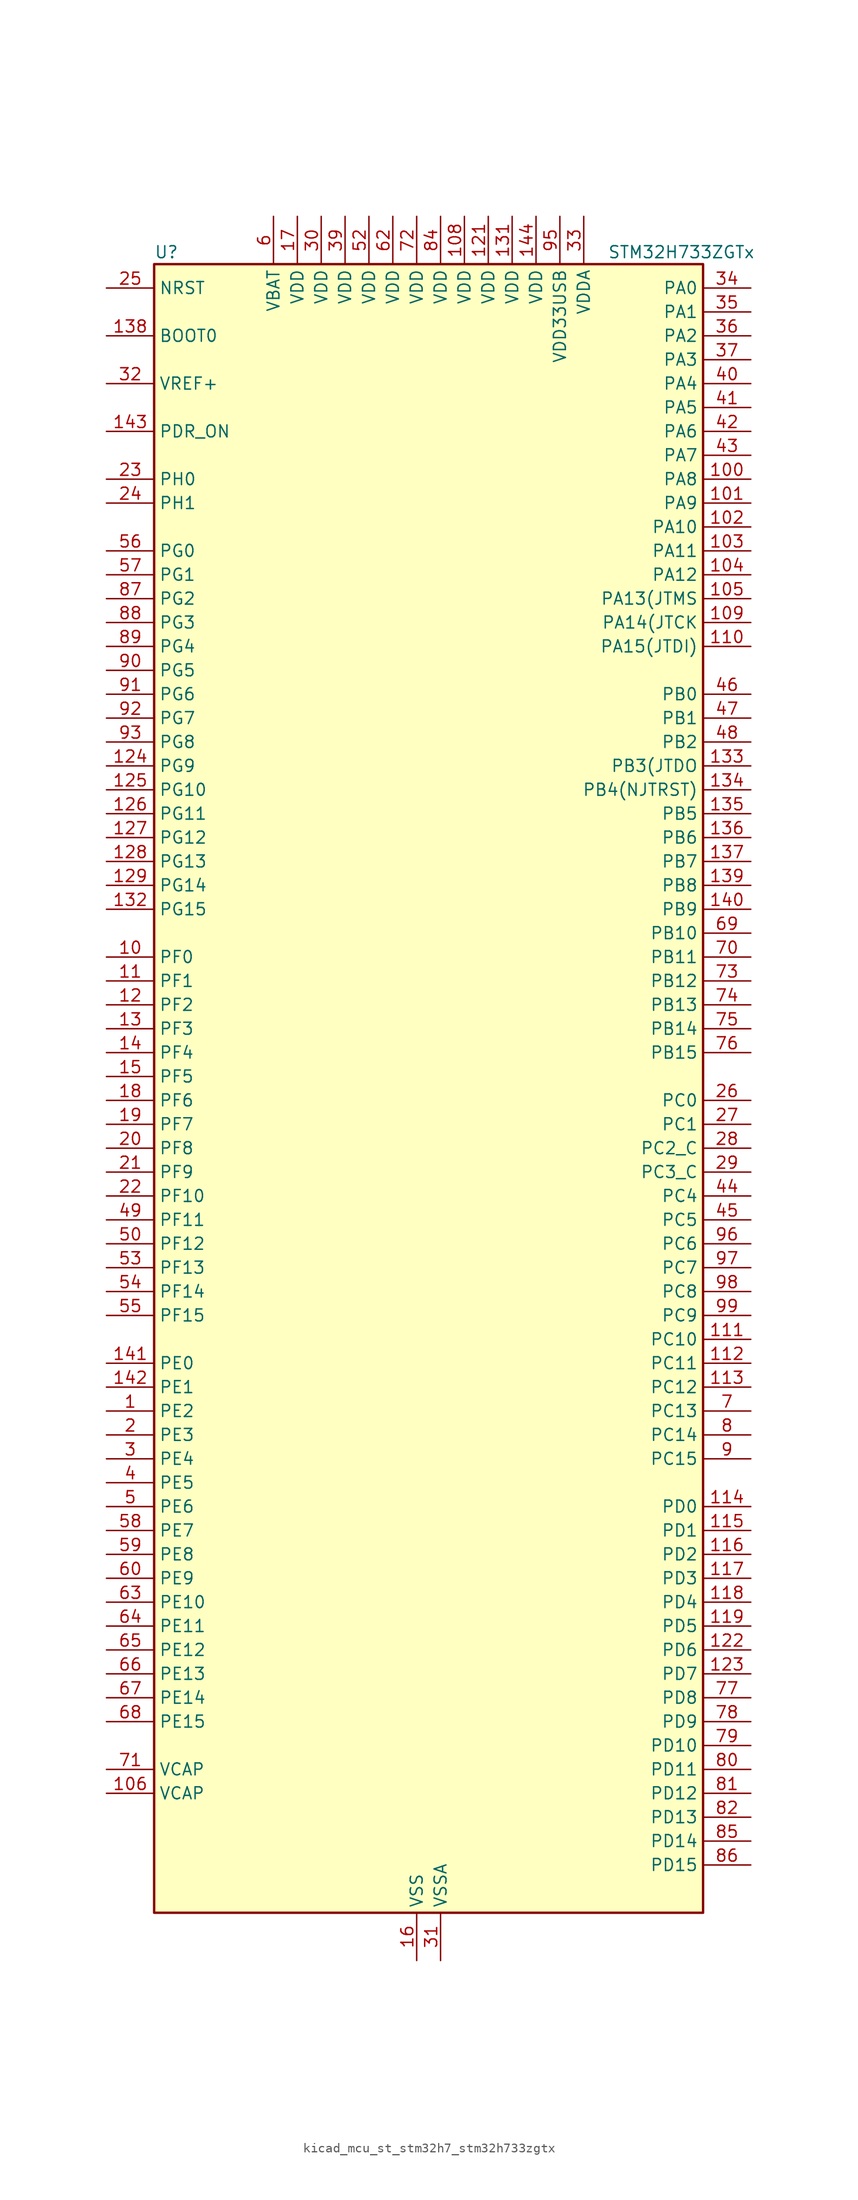
<source format=kicad_sym>
(kicad_symbol_lib
  (version 20220914)
  (generator kicad_symbol_editor)
  (symbol "kicad_mcu_st_stm32h7_stm32h733zgtx"
    (property "Reference" "U"
      (at -27.94 90.17 0)
      (effects (font (size 1.27 1.27)) (justify left)))
    (property "Value" "STM32H733ZGTx"
      (at 20.32 90.17 0)
      (effects (font (size 1.27 1.27)) (justify left)))
    (property "ki_locked" ""
      (at 0 0 0)
      (effects (font (size 1.27 1.27))))
    (symbol "kicad_mcu_st_stm32h7_stm32h733zgtx_0_1"
      (rectangle (start -27.94 -86.36) (end 30.48 88.9) (stroke (width 0.254) (type default)) (fill (type background))))
    (symbol "kicad_mcu_st_stm32h7_stm32h733zgtx_1_1"
      (pin bidirectional line (at -33.02 -33.02 0) (length 5.08) (name "PE2" (effects (font (size 1.27 1.27)))) (number "1" (effects (font (size 1.27 1.27)))) (alternate "DEBUG_TRACECLK" bidirectional line) (alternate "ETH_TXD3" bidirectional line) (alternate "FMC_A23" bidirectional line) (alternate "OCTOSPIM_P1_IO2" bidirectional line) (alternate "SAI1_CK1" bidirectional line) (alternate "SAI1_MCLK_A" bidirectional line) (alternate "SAI4_CK1" bidirectional line) (alternate "SAI4_MCLK_A" bidirectional line) (alternate "SPI4_SCK" bidirectional line) (alternate "USART10_RX" bidirectional line))
      (pin bidirectional line (at -33.02 15.24 0) (length 5.08) (name "PF0" (effects (font (size 1.27 1.27)))) (number "10" (effects (font (size 1.27 1.27)))) (alternate "FMC_A0" bidirectional line) (alternate "I2C2_SDA" bidirectional line) (alternate "I2C5_SDA" bidirectional line) (alternate "OCTOSPIM_P2_IO0" bidirectional line) (alternate "TIM23_CH1" bidirectional line))
      (pin bidirectional line (at 35.56 66.04 180) (length 5.08) (name "PA8" (effects (font (size 1.27 1.27)))) (number "100" (effects (font (size 1.27 1.27)))) (alternate "I2C3_SCL" bidirectional line) (alternate "I2C5_SCL" bidirectional line) (alternate "LTDC_B3" bidirectional line) (alternate "LTDC_R6" bidirectional line) (alternate "RCC_MCO_1" bidirectional line) (alternate "TIM1_CH1" bidirectional line) (alternate "TIM8_BKIN2" bidirectional line) (alternate "TIM8_BKIN2_COMP1" bidirectional line) (alternate "TIM8_BKIN2_COMP2" bidirectional line) (alternate "UART7_RX" bidirectional line) (alternate "USART1_CK" bidirectional line) (alternate "USB_OTG_HS_SOF" bidirectional line))
      (pin bidirectional line (at 35.56 63.5 180) (length 5.08) (name "PA9" (effects (font (size 1.27 1.27)))) (number "101" (effects (font (size 1.27 1.27)))) (alternate "DAC1_EXTI9" bidirectional line) (alternate "DCMI_D0" bidirectional line) (alternate "ETH_TX_ER" bidirectional line) (alternate "I2C3_SMBA" bidirectional line) (alternate "I2C5_SMBA" bidirectional line) (alternate "I2S2_CK" bidirectional line) (alternate "LPUART1_TX" bidirectional line) (alternate "LTDC_R5" bidirectional line) (alternate "PSSI_D0" bidirectional line) (alternate "SPI2_SCK" bidirectional line) (alternate "TIM1_CH2" bidirectional line) (alternate "USART1_TX" bidirectional line) (alternate "USB_OTG_HS_VBUS" bidirectional line))
      (pin bidirectional line (at 35.56 60.96 180) (length 5.08) (name "PA10" (effects (font (size 1.27 1.27)))) (number "102" (effects (font (size 1.27 1.27)))) (alternate "DCMI_D1" bidirectional line) (alternate "LPUART1_RX" bidirectional line) (alternate "LTDC_B1" bidirectional line) (alternate "LTDC_B4" bidirectional line) (alternate "MDIOS_MDIO" bidirectional line) (alternate "PSSI_D1" bidirectional line) (alternate "TIM1_CH3" bidirectional line) (alternate "USART1_RX" bidirectional line) (alternate "USB_OTG_HS_ID" bidirectional line))
      (pin bidirectional line (at 35.56 58.42 180) (length 5.08) (name "PA11" (effects (font (size 1.27 1.27)))) (number "103" (effects (font (size 1.27 1.27)))) (alternate "ADC1_EXTI11" bidirectional line) (alternate "ADC2_EXTI11" bidirectional line) (alternate "ADC3_EXTI11" bidirectional line) (alternate "FDCAN1_RX" bidirectional line) (alternate "I2S2_WS" bidirectional line) (alternate "LPUART1_CTS" bidirectional line) (alternate "LTDC_R4" bidirectional line) (alternate "SPI2_NSS" bidirectional line) (alternate "TIM1_CH4" bidirectional line) (alternate "UART4_RX" bidirectional line) (alternate "USART1_CTS" bidirectional line) (alternate "USART1_NSS" bidirectional line) (alternate "USB_OTG_HS_DM" bidirectional line))
      (pin bidirectional line (at 35.56 55.88 180) (length 5.08) (name "PA12" (effects (font (size 1.27 1.27)))) (number "104" (effects (font (size 1.27 1.27)))) (alternate "FDCAN1_TX" bidirectional line) (alternate "I2S2_CK" bidirectional line) (alternate "LPUART1_DE" bidirectional line) (alternate "LPUART1_RTS" bidirectional line) (alternate "LTDC_R5" bidirectional line) (alternate "SAI4_FS_B" bidirectional line) (alternate "SPI2_SCK" bidirectional line) (alternate "TIM1_BKIN2" bidirectional line) (alternate "TIM1_ETR" bidirectional line) (alternate "UART4_TX" bidirectional line) (alternate "USART1_DE" bidirectional line) (alternate "USART1_RTS" bidirectional line) (alternate "USB_OTG_HS_DP" bidirectional line))
      (pin bidirectional line (at 35.56 53.34 180) (length 5.08) (name "PA13(JTMS" (effects (font (size 1.27 1.27)))) (number "105" (effects (font (size 1.27 1.27)))) (alternate "DEBUG_JTMS-SWDIO" bidirectional line))
      (pin power_out line (at -33.02 -73.66 0) (length 5.08) (name "VCAP" (effects (font (size 1.27 1.27)))) (number "106" (effects (font (size 1.27 1.27)))))
      (pin passive line (at 0 -91.44 90) (length 5.08) hide (name "VSS" (effects (font (size 1.27 1.27)))) (number "107" (effects (font (size 1.27 1.27)))))
      (pin power_in line (at 5.08 93.98 270) (length 5.08) (name "VDD" (effects (font (size 1.27 1.27)))) (number "108" (effects (font (size 1.27 1.27)))))
      (pin bidirectional line (at 35.56 50.8 180) (length 5.08) (name "PA14(JTCK" (effects (font (size 1.27 1.27)))) (number "109" (effects (font (size 1.27 1.27)))) (alternate "DEBUG_JTCK-SWCLK" bidirectional line))
      (pin bidirectional line (at -33.02 12.7 0) (length 5.08) (name "PF1" (effects (font (size 1.27 1.27)))) (number "11" (effects (font (size 1.27 1.27)))) (alternate "FMC_A1" bidirectional line) (alternate "I2C2_SCL" bidirectional line) (alternate "I2C5_SCL" bidirectional line) (alternate "OCTOSPIM_P2_IO1" bidirectional line) (alternate "TIM23_CH2" bidirectional line))
      (pin bidirectional line (at 35.56 48.26 180) (length 5.08) (name "PA15(JTDI)" (effects (font (size 1.27 1.27)))) (number "110" (effects (font (size 1.27 1.27)))) (alternate "ADC1_EXTI15" bidirectional line) (alternate "ADC2_EXTI15" bidirectional line) (alternate "ADC3_EXTI15" bidirectional line) (alternate "CEC" bidirectional line) (alternate "DEBUG_JTDI" bidirectional line) (alternate "I2S1_WS" bidirectional line) (alternate "I2S3_WS" bidirectional line) (alternate "I2S6_WS" bidirectional line) (alternate "LTDC_B6" bidirectional line) (alternate "LTDC_R3" bidirectional line) (alternate "SPI1_NSS" bidirectional line) (alternate "SPI3_NSS" bidirectional line) (alternate "SPI6_NSS" bidirectional line) (alternate "TIM2_CH1" bidirectional line) (alternate "TIM2_ETR" bidirectional line) (alternate "UART4_DE" bidirectional line) (alternate "UART4_RTS" bidirectional line) (alternate "UART7_TX" bidirectional line))
      (pin bidirectional line (at 35.56 -25.4 180) (length 5.08) (name "PC10" (effects (font (size 1.27 1.27)))) (number "111" (effects (font (size 1.27 1.27)))) (alternate "DCMI_D8" bidirectional line) (alternate "DFSDM1_CKIN5" bidirectional line) (alternate "I2C5_SDA" bidirectional line) (alternate "I2S3_CK" bidirectional line) (alternate "LTDC_B1" bidirectional line) (alternate "LTDC_R2" bidirectional line) (alternate "OCTOSPIM_P1_IO1" bidirectional line) (alternate "PSSI_D8" bidirectional line) (alternate "SDMMC1_D2" bidirectional line) (alternate "SPI3_SCK" bidirectional line) (alternate "SWPMI1_RX" bidirectional line) (alternate "UART4_TX" bidirectional line) (alternate "USART3_TX" bidirectional line))
      (pin bidirectional line (at 35.56 -27.94 180) (length 5.08) (name "PC11" (effects (font (size 1.27 1.27)))) (number "112" (effects (font (size 1.27 1.27)))) (alternate "ADC1_EXTI11" bidirectional line) (alternate "ADC2_EXTI11" bidirectional line) (alternate "ADC3_EXTI11" bidirectional line) (alternate "DCMI_D4" bidirectional line) (alternate "DFSDM1_DATIN5" bidirectional line) (alternate "I2C5_SCL" bidirectional line) (alternate "I2S3_SDI" bidirectional line) (alternate "LTDC_B4" bidirectional line) (alternate "OCTOSPIM_P1_NCS" bidirectional line) (alternate "PSSI_D4" bidirectional line) (alternate "SDMMC1_D3" bidirectional line) (alternate "SPI3_MISO" bidirectional line) (alternate "UART4_RX" bidirectional line) (alternate "USART3_RX" bidirectional line))
      (pin bidirectional line (at 35.56 -30.48 180) (length 5.08) (name "PC12" (effects (font (size 1.27 1.27)))) (number "113" (effects (font (size 1.27 1.27)))) (alternate "DCMI_D9" bidirectional line) (alternate "DEBUG_TRACED3" bidirectional line) (alternate "FMC_D6" bidirectional line) (alternate "FMC_DA6" bidirectional line) (alternate "I2C5_SMBA" bidirectional line) (alternate "I2S3_SDO" bidirectional line) (alternate "I2S6_CK" bidirectional line) (alternate "LTDC_R6" bidirectional line) (alternate "PSSI_D9" bidirectional line) (alternate "SDMMC1_CK" bidirectional line) (alternate "SPI3_MOSI" bidirectional line) (alternate "SPI6_SCK" bidirectional line) (alternate "TIM15_CH1" bidirectional line) (alternate "UART5_TX" bidirectional line) (alternate "USART3_CK" bidirectional line))
      (pin bidirectional line (at 35.56 -43.18 180) (length 5.08) (name "PD0" (effects (font (size 1.27 1.27)))) (number "114" (effects (font (size 1.27 1.27)))) (alternate "DFSDM1_CKIN6" bidirectional line) (alternate "FDCAN1_RX" bidirectional line) (alternate "FMC_D2" bidirectional line) (alternate "FMC_DA2" bidirectional line) (alternate "LTDC_B1" bidirectional line) (alternate "UART4_RX" bidirectional line) (alternate "UART9_CTS" bidirectional line))
      (pin bidirectional line (at 35.56 -45.72 180) (length 5.08) (name "PD1" (effects (font (size 1.27 1.27)))) (number "115" (effects (font (size 1.27 1.27)))) (alternate "DFSDM1_DATIN6" bidirectional line) (alternate "FDCAN1_TX" bidirectional line) (alternate "FMC_D3" bidirectional line) (alternate "FMC_DA3" bidirectional line) (alternate "UART4_TX" bidirectional line))
      (pin bidirectional line (at 35.56 -48.26 180) (length 5.08) (name "PD2" (effects (font (size 1.27 1.27)))) (number "116" (effects (font (size 1.27 1.27)))) (alternate "DCMI_D11" bidirectional line) (alternate "DEBUG_TRACED2" bidirectional line) (alternate "FMC_D7" bidirectional line) (alternate "FMC_DA7" bidirectional line) (alternate "LTDC_B2" bidirectional line) (alternate "LTDC_B7" bidirectional line) (alternate "PSSI_D11" bidirectional line) (alternate "SDMMC1_CMD" bidirectional line) (alternate "TIM15_BKIN" bidirectional line) (alternate "TIM3_ETR" bidirectional line) (alternate "UART5_RX" bidirectional line))
      (pin bidirectional line (at 35.56 -50.8 180) (length 5.08) (name "PD3" (effects (font (size 1.27 1.27)))) (number "117" (effects (font (size 1.27 1.27)))) (alternate "DCMI_D5" bidirectional line) (alternate "DFSDM1_CKOUT" bidirectional line) (alternate "FMC_CLK" bidirectional line) (alternate "I2S2_CK" bidirectional line) (alternate "LTDC_G7" bidirectional line) (alternate "PSSI_D5" bidirectional line) (alternate "SPI2_SCK" bidirectional line) (alternate "USART2_CTS" bidirectional line) (alternate "USART2_NSS" bidirectional line))
      (pin bidirectional line (at 35.56 -53.34 180) (length 5.08) (name "PD4" (effects (font (size 1.27 1.27)))) (number "118" (effects (font (size 1.27 1.27)))) (alternate "FMC_NOE" bidirectional line) (alternate "OCTOSPIM_P1_IO4" bidirectional line) (alternate "USART2_DE" bidirectional line) (alternate "USART2_RTS" bidirectional line))
      (pin bidirectional line (at 35.56 -55.88 180) (length 5.08) (name "PD5" (effects (font (size 1.27 1.27)))) (number "119" (effects (font (size 1.27 1.27)))) (alternate "FMC_NWE" bidirectional line) (alternate "OCTOSPIM_P1_IO5" bidirectional line) (alternate "USART2_TX" bidirectional line))
      (pin bidirectional line (at -33.02 10.16 0) (length 5.08) (name "PF2" (effects (font (size 1.27 1.27)))) (number "12" (effects (font (size 1.27 1.27)))) (alternate "FMC_A2" bidirectional line) (alternate "I2C2_SMBA" bidirectional line) (alternate "I2C5_SMBA" bidirectional line) (alternate "OCTOSPIM_P2_IO2" bidirectional line) (alternate "TIM23_CH3" bidirectional line))
      (pin passive line (at 0 -91.44 90) (length 5.08) hide (name "VSS" (effects (font (size 1.27 1.27)))) (number "120" (effects (font (size 1.27 1.27)))))
      (pin power_in line (at 7.62 93.98 270) (length 5.08) (name "VDD" (effects (font (size 1.27 1.27)))) (number "121" (effects (font (size 1.27 1.27)))))
      (pin bidirectional line (at 35.56 -58.42 180) (length 5.08) (name "PD6" (effects (font (size 1.27 1.27)))) (number "122" (effects (font (size 1.27 1.27)))) (alternate "DCMI_D10" bidirectional line) (alternate "DFSDM1_CKIN4" bidirectional line) (alternate "DFSDM1_DATIN1" bidirectional line) (alternate "FMC_NWAIT" bidirectional line) (alternate "I2S3_SDO" bidirectional line) (alternate "LTDC_B2" bidirectional line) (alternate "OCTOSPIM_P1_IO6" bidirectional line) (alternate "PSSI_D10" bidirectional line) (alternate "SAI1_D1" bidirectional line) (alternate "SAI1_SD_A" bidirectional line) (alternate "SAI4_D1" bidirectional line) (alternate "SAI4_SD_A" bidirectional line) (alternate "SDMMC2_CK" bidirectional line) (alternate "SPI3_MOSI" bidirectional line) (alternate "USART2_RX" bidirectional line))
      (pin bidirectional line (at 35.56 -60.96 180) (length 5.08) (name "PD7" (effects (font (size 1.27 1.27)))) (number "123" (effects (font (size 1.27 1.27)))) (alternate "DFSDM1_CKIN1" bidirectional line) (alternate "DFSDM1_DATIN4" bidirectional line) (alternate "FMC_NE1" bidirectional line) (alternate "I2S1_SDO" bidirectional line) (alternate "OCTOSPIM_P1_IO7" bidirectional line) (alternate "SDMMC2_CMD" bidirectional line) (alternate "SPDIFRX1_IN0" bidirectional line) (alternate "SPI1_MOSI" bidirectional line) (alternate "USART2_CK" bidirectional line))
      (pin bidirectional line (at -33.02 35.56 0) (length 5.08) (name "PG9" (effects (font (size 1.27 1.27)))) (number "124" (effects (font (size 1.27 1.27)))) (alternate "DAC1_EXTI9" bidirectional line) (alternate "DCMI_VSYNC" bidirectional line) (alternate "FDCAN3_TX" bidirectional line) (alternate "FMC_NCE" bidirectional line) (alternate "FMC_NE2" bidirectional line) (alternate "I2S1_SDI" bidirectional line) (alternate "OCTOSPIM_P1_IO6" bidirectional line) (alternate "PSSI_RDY" bidirectional line) (alternate "SAI4_FS_B" bidirectional line) (alternate "SDMMC2_D0" bidirectional line) (alternate "SPDIFRX1_IN3" bidirectional line) (alternate "SPI1_MISO" bidirectional line) (alternate "USART6_RX" bidirectional line))
      (pin bidirectional line (at -33.02 33.02 0) (length 5.08) (name "PG10" (effects (font (size 1.27 1.27)))) (number "125" (effects (font (size 1.27 1.27)))) (alternate "DCMI_D2" bidirectional line) (alternate "FDCAN3_RX" bidirectional line) (alternate "FMC_NE3" bidirectional line) (alternate "I2S1_WS" bidirectional line) (alternate "LTDC_B2" bidirectional line) (alternate "LTDC_G3" bidirectional line) (alternate "OCTOSPIM_P2_IO6" bidirectional line) (alternate "PSSI_D2" bidirectional line) (alternate "SAI4_SD_B" bidirectional line) (alternate "SDMMC2_D1" bidirectional line) (alternate "SPI1_NSS" bidirectional line))
      (pin bidirectional line (at -33.02 30.48 0) (length 5.08) (name "PG11" (effects (font (size 1.27 1.27)))) (number "126" (effects (font (size 1.27 1.27)))) (alternate "ADC1_EXTI11" bidirectional line) (alternate "ADC2_EXTI11" bidirectional line) (alternate "ADC3_EXTI11" bidirectional line) (alternate "DCMI_D3" bidirectional line) (alternate "ETH_TX_EN" bidirectional line) (alternate "I2S1_CK" bidirectional line) (alternate "LPTIM1_IN2" bidirectional line) (alternate "LTDC_B3" bidirectional line) (alternate "OCTOSPIM_P2_IO7" bidirectional line) (alternate "PSSI_D3" bidirectional line) (alternate "SDMMC2_D2" bidirectional line) (alternate "SPDIFRX1_IN0" bidirectional line) (alternate "SPI1_SCK" bidirectional line) (alternate "USART10_RX" bidirectional line))
      (pin bidirectional line (at -33.02 27.94 0) (length 5.08) (name "PG12" (effects (font (size 1.27 1.27)))) (number "127" (effects (font (size 1.27 1.27)))) (alternate "ETH_TXD1" bidirectional line) (alternate "FMC_NE4" bidirectional line) (alternate "I2S6_SDI" bidirectional line) (alternate "LPTIM1_IN1" bidirectional line) (alternate "LTDC_B1" bidirectional line) (alternate "LTDC_B4" bidirectional line) (alternate "OCTOSPIM_P2_NCS" bidirectional line) (alternate "SDMMC2_D3" bidirectional line) (alternate "SPDIFRX1_IN1" bidirectional line) (alternate "SPI6_MISO" bidirectional line) (alternate "TIM23_CH1" bidirectional line) (alternate "USART10_TX" bidirectional line) (alternate "USART6_DE" bidirectional line) (alternate "USART6_RTS" bidirectional line))
      (pin bidirectional line (at -33.02 25.4 0) (length 5.08) (name "PG13" (effects (font (size 1.27 1.27)))) (number "128" (effects (font (size 1.27 1.27)))) (alternate "DEBUG_TRACED0" bidirectional line) (alternate "ETH_TXD0" bidirectional line) (alternate "FMC_A24" bidirectional line) (alternate "I2S6_CK" bidirectional line) (alternate "LPTIM1_OUT" bidirectional line) (alternate "LTDC_R0" bidirectional line) (alternate "SDMMC2_D6" bidirectional line) (alternate "SPI6_SCK" bidirectional line) (alternate "TIM23_CH2" bidirectional line) (alternate "USART10_CTS" bidirectional line) (alternate "USART10_NSS" bidirectional line) (alternate "USART6_CTS" bidirectional line) (alternate "USART6_NSS" bidirectional line))
      (pin bidirectional line (at -33.02 22.86 0) (length 5.08) (name "PG14" (effects (font (size 1.27 1.27)))) (number "129" (effects (font (size 1.27 1.27)))) (alternate "DEBUG_TRACED1" bidirectional line) (alternate "ETH_TXD1" bidirectional line) (alternate "FMC_A25" bidirectional line) (alternate "I2S6_SDO" bidirectional line) (alternate "LPTIM1_ETR" bidirectional line) (alternate "LTDC_B0" bidirectional line) (alternate "OCTOSPIM_P1_IO7" bidirectional line) (alternate "SDMMC2_D7" bidirectional line) (alternate "SPI6_MOSI" bidirectional line) (alternate "TIM23_CH3" bidirectional line) (alternate "USART10_DE" bidirectional line) (alternate "USART10_RTS" bidirectional line) (alternate "USART6_TX" bidirectional line))
      (pin bidirectional line (at -33.02 7.62 0) (length 5.08) (name "PF3" (effects (font (size 1.27 1.27)))) (number "13" (effects (font (size 1.27 1.27)))) (alternate "ADC3_INP5" bidirectional line) (alternate "FMC_A3" bidirectional line) (alternate "OCTOSPIM_P2_IO3" bidirectional line) (alternate "TIM23_CH4" bidirectional line))
      (pin passive line (at 0 -91.44 90) (length 5.08) hide (name "VSS" (effects (font (size 1.27 1.27)))) (number "130" (effects (font (size 1.27 1.27)))))
      (pin power_in line (at 10.16 93.98 270) (length 5.08) (name "VDD" (effects (font (size 1.27 1.27)))) (number "131" (effects (font (size 1.27 1.27)))))
      (pin bidirectional line (at -33.02 20.32 0) (length 5.08) (name "PG15" (effects (font (size 1.27 1.27)))) (number "132" (effects (font (size 1.27 1.27)))) (alternate "ADC1_EXTI15" bidirectional line) (alternate "ADC2_EXTI15" bidirectional line) (alternate "ADC3_EXTI15" bidirectional line) (alternate "DCMI_D13" bidirectional line) (alternate "FMC_SDNCAS" bidirectional line) (alternate "OCTOSPIM_P2_DQS" bidirectional line) (alternate "PSSI_D13" bidirectional line) (alternate "USART10_CK" bidirectional line) (alternate "USART6_CTS" bidirectional line) (alternate "USART6_NSS" bidirectional line))
      (pin bidirectional line (at 35.56 35.56 180) (length 5.08) (name "PB3(JTDO" (effects (font (size 1.27 1.27)))) (number "133" (effects (font (size 1.27 1.27)))) (alternate "CRS_SYNC" bidirectional line) (alternate "DEBUG_JTDO-SWO" bidirectional line) (alternate "I2S1_CK" bidirectional line) (alternate "I2S3_CK" bidirectional line) (alternate "I2S6_CK" bidirectional line) (alternate "SDMMC2_D2" bidirectional line) (alternate "SPI1_SCK" bidirectional line) (alternate "SPI3_SCK" bidirectional line) (alternate "SPI6_SCK" bidirectional line) (alternate "TIM24_ETR" bidirectional line) (alternate "TIM2_CH2" bidirectional line) (alternate "UART7_RX" bidirectional line))
      (pin bidirectional line (at 35.56 33.02 180) (length 5.08) (name "PB4(NJTRST)" (effects (font (size 1.27 1.27)))) (number "134" (effects (font (size 1.27 1.27)))) (alternate "DEBUG_JTRST" bidirectional line) (alternate "I2S1_SDI" bidirectional line) (alternate "I2S2_WS" bidirectional line) (alternate "I2S3_SDI" bidirectional line) (alternate "I2S6_SDI" bidirectional line) (alternate "SDMMC2_D3" bidirectional line) (alternate "SPI1_MISO" bidirectional line) (alternate "SPI2_NSS" bidirectional line) (alternate "SPI3_MISO" bidirectional line) (alternate "SPI6_MISO" bidirectional line) (alternate "TIM16_BKIN" bidirectional line) (alternate "TIM3_CH1" bidirectional line) (alternate "UART7_TX" bidirectional line))
      (pin bidirectional line (at 35.56 30.48 180) (length 5.08) (name "PB5" (effects (font (size 1.27 1.27)))) (number "135" (effects (font (size 1.27 1.27)))) (alternate "DCMI_D10" bidirectional line) (alternate "ETH_PPS_OUT" bidirectional line) (alternate "FDCAN2_RX" bidirectional line) (alternate "FMC_SDCKE1" bidirectional line) (alternate "I2C1_SMBA" bidirectional line) (alternate "I2C4_SMBA" bidirectional line) (alternate "I2S1_SDO" bidirectional line) (alternate "I2S3_SDO" bidirectional line) (alternate "I2S6_SDO" bidirectional line) (alternate "LTDC_B5" bidirectional line) (alternate "PSSI_D10" bidirectional line) (alternate "SPI1_MOSI" bidirectional line) (alternate "SPI3_MOSI" bidirectional line) (alternate "SPI6_MOSI" bidirectional line) (alternate "TIM17_BKIN" bidirectional line) (alternate "TIM3_CH2" bidirectional line) (alternate "UART5_RX" bidirectional line) (alternate "USB_OTG_HS_ULPI_D7" bidirectional line))
      (pin bidirectional line (at 35.56 27.94 180) (length 5.08) (name "PB6" (effects (font (size 1.27 1.27)))) (number "136" (effects (font (size 1.27 1.27)))) (alternate "CEC" bidirectional line) (alternate "DCMI_D5" bidirectional line) (alternate "DFSDM1_DATIN5" bidirectional line) (alternate "FDCAN2_TX" bidirectional line) (alternate "FMC_SDNE1" bidirectional line) (alternate "I2C1_SCL" bidirectional line) (alternate "I2C4_SCL" bidirectional line) (alternate "LPUART1_TX" bidirectional line) (alternate "OCTOSPIM_P1_NCS" bidirectional line) (alternate "PSSI_D5" bidirectional line) (alternate "TIM16_CH1N" bidirectional line) (alternate "TIM4_CH1" bidirectional line) (alternate "UART5_TX" bidirectional line) (alternate "USART1_TX" bidirectional line))
      (pin bidirectional line (at 35.56 25.4 180) (length 5.08) (name "PB7" (effects (font (size 1.27 1.27)))) (number "137" (effects (font (size 1.27 1.27)))) (alternate "DCMI_VSYNC" bidirectional line) (alternate "DFSDM1_CKIN5" bidirectional line) (alternate "FMC_NL" bidirectional line) (alternate "I2C1_SDA" bidirectional line) (alternate "I2C4_SDA" bidirectional line) (alternate "LPUART1_RX" bidirectional line) (alternate "PSSI_RDY" bidirectional line) (alternate "PWR_PVD_IN" bidirectional line) (alternate "TIM17_CH1N" bidirectional line) (alternate "TIM4_CH2" bidirectional line) (alternate "USART1_RX" bidirectional line))
      (pin input line (at -33.02 81.28 0) (length 5.08) (name "BOOT0" (effects (font (size 1.27 1.27)))) (number "138" (effects (font (size 1.27 1.27)))))
      (pin bidirectional line (at 35.56 22.86 180) (length 5.08) (name "PB8" (effects (font (size 1.27 1.27)))) (number "139" (effects (font (size 1.27 1.27)))) (alternate "DCMI_D6" bidirectional line) (alternate "DFSDM1_CKIN7" bidirectional line) (alternate "ETH_TXD3" bidirectional line) (alternate "FDCAN1_RX" bidirectional line) (alternate "I2C1_SCL" bidirectional line) (alternate "I2C4_SCL" bidirectional line) (alternate "LTDC_B6" bidirectional line) (alternate "PSSI_D6" bidirectional line) (alternate "SDMMC1_CKIN" bidirectional line) (alternate "SDMMC1_D4" bidirectional line) (alternate "SDMMC2_D4" bidirectional line) (alternate "TIM16_CH1" bidirectional line) (alternate "TIM4_CH3" bidirectional line) (alternate "UART4_RX" bidirectional line))
      (pin bidirectional line (at -33.02 5.08 0) (length 5.08) (name "PF4" (effects (font (size 1.27 1.27)))) (number "14" (effects (font (size 1.27 1.27)))) (alternate "ADC3_INN5" bidirectional line) (alternate "ADC3_INP9" bidirectional line) (alternate "FMC_A4" bidirectional line) (alternate "OCTOSPIM_P2_CLK" bidirectional line))
      (pin bidirectional line (at 35.56 20.32 180) (length 5.08) (name "PB9" (effects (font (size 1.27 1.27)))) (number "140" (effects (font (size 1.27 1.27)))) (alternate "DAC1_EXTI9" bidirectional line) (alternate "DCMI_D7" bidirectional line) (alternate "DFSDM1_DATIN7" bidirectional line) (alternate "FDCAN1_TX" bidirectional line) (alternate "I2C1_SDA" bidirectional line) (alternate "I2C4_SDA" bidirectional line) (alternate "I2C4_SMBA" bidirectional line) (alternate "I2S2_WS" bidirectional line) (alternate "LTDC_B7" bidirectional line) (alternate "PSSI_D7" bidirectional line) (alternate "SDMMC1_CDIR" bidirectional line) (alternate "SDMMC1_D5" bidirectional line) (alternate "SDMMC2_D5" bidirectional line) (alternate "SPI2_NSS" bidirectional line) (alternate "TIM17_CH1" bidirectional line) (alternate "TIM4_CH4" bidirectional line) (alternate "UART4_TX" bidirectional line))
      (pin bidirectional line (at -33.02 -27.94 0) (length 5.08) (name "PE0" (effects (font (size 1.27 1.27)))) (number "141" (effects (font (size 1.27 1.27)))) (alternate "DCMI_D2" bidirectional line) (alternate "FMC_NBL0" bidirectional line) (alternate "LPTIM1_ETR" bidirectional line) (alternate "LPTIM2_ETR" bidirectional line) (alternate "LTDC_R0" bidirectional line) (alternate "PSSI_D2" bidirectional line) (alternate "SAI4_MCLK_A" bidirectional line) (alternate "TIM4_ETR" bidirectional line) (alternate "UART8_RX" bidirectional line))
      (pin bidirectional line (at -33.02 -30.48 0) (length 5.08) (name "PE1" (effects (font (size 1.27 1.27)))) (number "142" (effects (font (size 1.27 1.27)))) (alternate "DCMI_D3" bidirectional line) (alternate "FMC_NBL1" bidirectional line) (alternate "LPTIM1_IN2" bidirectional line) (alternate "LTDC_R6" bidirectional line) (alternate "PSSI_D3" bidirectional line) (alternate "UART8_TX" bidirectional line))
      (pin input line (at -33.02 71.12 0) (length 5.08) (name "PDR_ON" (effects (font (size 1.27 1.27)))) (number "143" (effects (font (size 1.27 1.27)))))
      (pin power_in line (at 12.7 93.98 270) (length 5.08) (name "VDD" (effects (font (size 1.27 1.27)))) (number "144" (effects (font (size 1.27 1.27)))))
      (pin bidirectional line (at -33.02 2.54 0) (length 5.08) (name "PF5" (effects (font (size 1.27 1.27)))) (number "15" (effects (font (size 1.27 1.27)))) (alternate "ADC3_INP4" bidirectional line) (alternate "FMC_A5" bidirectional line) (alternate "OCTOSPIM_P2_NCLK" bidirectional line))
      (pin power_in line (at 0 -91.44 90) (length 5.08) (name "VSS" (effects (font (size 1.27 1.27)))) (number "16" (effects (font (size 1.27 1.27)))))
      (pin power_in line (at -12.7 93.98 270) (length 5.08) (name "VDD" (effects (font (size 1.27 1.27)))) (number "17" (effects (font (size 1.27 1.27)))))
      (pin bidirectional line (at -33.02 0 0) (length 5.08) (name "PF6" (effects (font (size 1.27 1.27)))) (number "18" (effects (font (size 1.27 1.27)))) (alternate "ADC3_INN4" bidirectional line) (alternate "ADC3_INP8" bidirectional line) (alternate "FDCAN3_RX" bidirectional line) (alternate "OCTOSPIM_P1_IO3" bidirectional line) (alternate "SAI1_SD_B" bidirectional line) (alternate "SAI4_SD_B" bidirectional line) (alternate "SPI5_NSS" bidirectional line) (alternate "TIM16_CH1" bidirectional line) (alternate "TIM23_CH1" bidirectional line) (alternate "UART7_RX" bidirectional line))
      (pin bidirectional line (at -33.02 -2.54 0) (length 5.08) (name "PF7" (effects (font (size 1.27 1.27)))) (number "19" (effects (font (size 1.27 1.27)))) (alternate "ADC3_INP3" bidirectional line) (alternate "FDCAN3_TX" bidirectional line) (alternate "OCTOSPIM_P1_IO2" bidirectional line) (alternate "SAI1_MCLK_B" bidirectional line) (alternate "SAI4_MCLK_B" bidirectional line) (alternate "SPI5_SCK" bidirectional line) (alternate "TIM17_CH1" bidirectional line) (alternate "TIM23_CH2" bidirectional line) (alternate "UART7_TX" bidirectional line))
      (pin bidirectional line (at -33.02 -35.56 0) (length 5.08) (name "PE3" (effects (font (size 1.27 1.27)))) (number "2" (effects (font (size 1.27 1.27)))) (alternate "DEBUG_TRACED0" bidirectional line) (alternate "FMC_A19" bidirectional line) (alternate "SAI1_SD_B" bidirectional line) (alternate "SAI4_SD_B" bidirectional line) (alternate "TIM15_BKIN" bidirectional line) (alternate "USART10_TX" bidirectional line))
      (pin bidirectional line (at -33.02 -5.08 0) (length 5.08) (name "PF8" (effects (font (size 1.27 1.27)))) (number "20" (effects (font (size 1.27 1.27)))) (alternate "ADC3_INN3" bidirectional line) (alternate "ADC3_INP7" bidirectional line) (alternate "OCTOSPIM_P1_IO0" bidirectional line) (alternate "SAI1_SCK_B" bidirectional line) (alternate "SAI4_SCK_B" bidirectional line) (alternate "SPI5_MISO" bidirectional line) (alternate "TIM13_CH1" bidirectional line) (alternate "TIM16_CH1N" bidirectional line) (alternate "TIM23_CH3" bidirectional line) (alternate "UART7_DE" bidirectional line) (alternate "UART7_RTS" bidirectional line))
      (pin bidirectional line (at -33.02 -7.62 0) (length 5.08) (name "PF9" (effects (font (size 1.27 1.27)))) (number "21" (effects (font (size 1.27 1.27)))) (alternate "ADC3_INP2" bidirectional line) (alternate "DAC1_EXTI9" bidirectional line) (alternate "OCTOSPIM_P1_IO1" bidirectional line) (alternate "SAI1_FS_B" bidirectional line) (alternate "SAI4_FS_B" bidirectional line) (alternate "SPI5_MOSI" bidirectional line) (alternate "TIM14_CH1" bidirectional line) (alternate "TIM17_CH1N" bidirectional line) (alternate "TIM23_CH4" bidirectional line) (alternate "UART7_CTS" bidirectional line))
      (pin bidirectional line (at -33.02 -10.16 0) (length 5.08) (name "PF10" (effects (font (size 1.27 1.27)))) (number "22" (effects (font (size 1.27 1.27)))) (alternate "ADC3_INN2" bidirectional line) (alternate "ADC3_INP6" bidirectional line) (alternate "DCMI_D11" bidirectional line) (alternate "LTDC_DE" bidirectional line) (alternate "OCTOSPIM_P1_CLK" bidirectional line) (alternate "PSSI_D11" bidirectional line) (alternate "PSSI_D15" bidirectional line) (alternate "SAI1_D3" bidirectional line) (alternate "SAI4_D3" bidirectional line) (alternate "TIM16_BKIN" bidirectional line))
      (pin bidirectional line (at -33.02 66.04 0) (length 5.08) (name "PH0" (effects (font (size 1.27 1.27)))) (number "23" (effects (font (size 1.27 1.27)))) (alternate "RCC_OSC_IN" bidirectional line))
      (pin bidirectional line (at -33.02 63.5 0) (length 5.08) (name "PH1" (effects (font (size 1.27 1.27)))) (number "24" (effects (font (size 1.27 1.27)))) (alternate "RCC_OSC_OUT" bidirectional line))
      (pin input line (at -33.02 86.36 0) (length 5.08) (name "NRST" (effects (font (size 1.27 1.27)))) (number "25" (effects (font (size 1.27 1.27)))))
      (pin bidirectional line (at 35.56 0 180) (length 5.08) (name "PC0" (effects (font (size 1.27 1.27)))) (number "26" (effects (font (size 1.27 1.27)))) (alternate "ADC1_INP10" bidirectional line) (alternate "ADC2_INP10" bidirectional line) (alternate "ADC3_INP10" bidirectional line) (alternate "DFSDM1_CKIN0" bidirectional line) (alternate "DFSDM1_DATIN4" bidirectional line) (alternate "FMC_A25" bidirectional line) (alternate "FMC_D12" bidirectional line) (alternate "FMC_DA12" bidirectional line) (alternate "FMC_SDNWE" bidirectional line) (alternate "LTDC_G2" bidirectional line) (alternate "LTDC_R5" bidirectional line) (alternate "SAI4_FS_B" bidirectional line) (alternate "USB_OTG_HS_ULPI_STP" bidirectional line))
      (pin bidirectional line (at 35.56 -2.54 180) (length 5.08) (name "PC1" (effects (font (size 1.27 1.27)))) (number "27" (effects (font (size 1.27 1.27)))) (alternate "ADC1_INN10" bidirectional line) (alternate "ADC1_INP11" bidirectional line) (alternate "ADC2_INN10" bidirectional line) (alternate "ADC2_INP11" bidirectional line) (alternate "ADC3_INN10" bidirectional line) (alternate "ADC3_INP11" bidirectional line) (alternate "DEBUG_TRACED0" bidirectional line) (alternate "DFSDM1_CKIN4" bidirectional line) (alternate "DFSDM1_DATIN0" bidirectional line) (alternate "ETH_MDC" bidirectional line) (alternate "I2S2_SDO" bidirectional line) (alternate "LTDC_G5" bidirectional line) (alternate "MDIOS_MDC" bidirectional line) (alternate "OCTOSPIM_P1_IO4" bidirectional line) (alternate "PWR_WKUP6" bidirectional line) (alternate "RTC_TAMP3" bidirectional line) (alternate "SAI1_D1" bidirectional line) (alternate "SAI1_SD_A" bidirectional line) (alternate "SAI4_D1" bidirectional line) (alternate "SAI4_SD_A" bidirectional line) (alternate "SDMMC2_CK" bidirectional line) (alternate "SPI2_MOSI" bidirectional line))
      (pin bidirectional line (at 35.56 -5.08 180) (length 5.08) (name "PC2_C" (effects (font (size 1.27 1.27)))) (number "28" (effects (font (size 1.27 1.27)))) (alternate "ADC3_INN1" bidirectional line) (alternate "ADC3_INP0" bidirectional line) (alternate "DFSDM1_CKIN1" bidirectional line) (alternate "DFSDM1_CKOUT" bidirectional line) (alternate "ETH_TXD2" bidirectional line) (alternate "FMC_SDNE0" bidirectional line) (alternate "I2S2_SDI" bidirectional line) (alternate "OCTOSPIM_P1_IO2" bidirectional line) (alternate "OCTOSPIM_P1_IO5" bidirectional line) (alternate "PWR_CSTOP" bidirectional line) (alternate "SPI2_MISO" bidirectional line) (alternate "USB_OTG_HS_ULPI_DIR" bidirectional line))
      (pin bidirectional line (at 35.56 -7.62 180) (length 5.08) (name "PC3_C" (effects (font (size 1.27 1.27)))) (number "29" (effects (font (size 1.27 1.27)))) (alternate "ADC3_INP1" bidirectional line) (alternate "DFSDM1_DATIN1" bidirectional line) (alternate "ETH_TX_CLK" bidirectional line) (alternate "FMC_SDCKE0" bidirectional line) (alternate "I2S2_SDO" bidirectional line) (alternate "OCTOSPIM_P1_IO0" bidirectional line) (alternate "OCTOSPIM_P1_IO6" bidirectional line) (alternate "PWR_CSLEEP" bidirectional line) (alternate "SPI2_MOSI" bidirectional line) (alternate "USB_OTG_HS_ULPI_NXT" bidirectional line))
      (pin bidirectional line (at -33.02 -38.1 0) (length 5.08) (name "PE4" (effects (font (size 1.27 1.27)))) (number "3" (effects (font (size 1.27 1.27)))) (alternate "DCMI_D4" bidirectional line) (alternate "DEBUG_TRACED1" bidirectional line) (alternate "DFSDM1_DATIN3" bidirectional line) (alternate "FMC_A20" bidirectional line) (alternate "LTDC_B0" bidirectional line) (alternate "PSSI_D4" bidirectional line) (alternate "SAI1_D2" bidirectional line) (alternate "SAI1_FS_A" bidirectional line) (alternate "SAI4_D2" bidirectional line) (alternate "SAI4_FS_A" bidirectional line) (alternate "SPI4_NSS" bidirectional line) (alternate "TIM15_CH1N" bidirectional line))
      (pin power_in line (at -10.16 93.98 270) (length 5.08) (name "VDD" (effects (font (size 1.27 1.27)))) (number "30" (effects (font (size 1.27 1.27)))))
      (pin power_in line (at 2.54 -91.44 90) (length 5.08) (name "VSSA" (effects (font (size 1.27 1.27)))) (number "31" (effects (font (size 1.27 1.27)))))
      (pin input line (at -33.02 76.2 0) (length 5.08) (name "VREF+" (effects (font (size 1.27 1.27)))) (number "32" (effects (font (size 1.27 1.27)))) (alternate "VREFBUF_OUT" bidirectional line))
      (pin power_in line (at 17.78 93.98 270) (length 5.08) (name "VDDA" (effects (font (size 1.27 1.27)))) (number "33" (effects (font (size 1.27 1.27)))))
      (pin bidirectional line (at 35.56 86.36 180) (length 5.08) (name "PA0" (effects (font (size 1.27 1.27)))) (number "34" (effects (font (size 1.27 1.27)))) (alternate "ADC1_INP16" bidirectional line) (alternate "ETH_CRS" bidirectional line) (alternate "FMC_A19" bidirectional line) (alternate "I2S6_WS" bidirectional line) (alternate "PWR_WKUP1" bidirectional line) (alternate "SAI4_SD_B" bidirectional line) (alternate "SDMMC2_CMD" bidirectional line) (alternate "SPI6_NSS" bidirectional line) (alternate "TIM15_BKIN" bidirectional line) (alternate "TIM2_CH1" bidirectional line) (alternate "TIM2_ETR" bidirectional line) (alternate "TIM5_CH1" bidirectional line) (alternate "TIM8_ETR" bidirectional line) (alternate "UART4_TX" bidirectional line) (alternate "USART2_CTS" bidirectional line) (alternate "USART2_NSS" bidirectional line))
      (pin bidirectional line (at 35.56 83.82 180) (length 5.08) (name "PA1" (effects (font (size 1.27 1.27)))) (number "35" (effects (font (size 1.27 1.27)))) (alternate "ADC1_INN16" bidirectional line) (alternate "ADC1_INP17" bidirectional line) (alternate "ETH_REF_CLK" bidirectional line) (alternate "ETH_RX_CLK" bidirectional line) (alternate "LPTIM3_OUT" bidirectional line) (alternate "LTDC_R2" bidirectional line) (alternate "OCTOSPIM_P1_DQS" bidirectional line) (alternate "OCTOSPIM_P1_IO3" bidirectional line) (alternate "SAI4_MCLK_B" bidirectional line) (alternate "TIM15_CH1N" bidirectional line) (alternate "TIM2_CH2" bidirectional line) (alternate "TIM5_CH2" bidirectional line) (alternate "UART4_RX" bidirectional line) (alternate "USART2_DE" bidirectional line) (alternate "USART2_RTS" bidirectional line))
      (pin bidirectional line (at 35.56 81.28 180) (length 5.08) (name "PA2" (effects (font (size 1.27 1.27)))) (number "36" (effects (font (size 1.27 1.27)))) (alternate "ADC1_INP14" bidirectional line) (alternate "ADC2_INP14" bidirectional line) (alternate "ETH_MDIO" bidirectional line) (alternate "LPTIM4_OUT" bidirectional line) (alternate "LTDC_R1" bidirectional line) (alternate "MDIOS_MDIO" bidirectional line) (alternate "OCTOSPIM_P1_IO0" bidirectional line) (alternate "PWR_WKUP2" bidirectional line) (alternate "SAI4_SCK_B" bidirectional line) (alternate "TIM15_CH1" bidirectional line) (alternate "TIM2_CH3" bidirectional line) (alternate "TIM5_CH3" bidirectional line) (alternate "USART2_TX" bidirectional line))
      (pin bidirectional line (at 35.56 78.74 180) (length 5.08) (name "PA3" (effects (font (size 1.27 1.27)))) (number "37" (effects (font (size 1.27 1.27)))) (alternate "ADC1_INP15" bidirectional line) (alternate "ADC2_INP15" bidirectional line) (alternate "ETH_COL" bidirectional line) (alternate "I2S6_MCK" bidirectional line) (alternate "LPTIM5_OUT" bidirectional line) (alternate "LTDC_B2" bidirectional line) (alternate "LTDC_B5" bidirectional line) (alternate "OCTOSPIM_P1_CLK" bidirectional line) (alternate "OCTOSPIM_P1_IO2" bidirectional line) (alternate "TIM15_CH2" bidirectional line) (alternate "TIM2_CH4" bidirectional line) (alternate "TIM5_CH4" bidirectional line) (alternate "USART2_RX" bidirectional line) (alternate "USB_OTG_HS_ULPI_D0" bidirectional line))
      (pin passive line (at 0 -91.44 90) (length 5.08) hide (name "VSS" (effects (font (size 1.27 1.27)))) (number "38" (effects (font (size 1.27 1.27)))))
      (pin power_in line (at -7.62 93.98 270) (length 5.08) (name "VDD" (effects (font (size 1.27 1.27)))) (number "39" (effects (font (size 1.27 1.27)))))
      (pin bidirectional line (at -33.02 -40.64 0) (length 5.08) (name "PE5" (effects (font (size 1.27 1.27)))) (number "4" (effects (font (size 1.27 1.27)))) (alternate "DCMI_D6" bidirectional line) (alternate "DEBUG_TRACED2" bidirectional line) (alternate "DFSDM1_CKIN3" bidirectional line) (alternate "FMC_A21" bidirectional line) (alternate "LTDC_G0" bidirectional line) (alternate "PSSI_D6" bidirectional line) (alternate "SAI1_CK2" bidirectional line) (alternate "SAI1_SCK_A" bidirectional line) (alternate "SAI4_CK2" bidirectional line) (alternate "SAI4_SCK_A" bidirectional line) (alternate "SPI4_MISO" bidirectional line) (alternate "TIM15_CH1" bidirectional line))
      (pin bidirectional line (at 35.56 76.2 180) (length 5.08) (name "PA4" (effects (font (size 1.27 1.27)))) (number "40" (effects (font (size 1.27 1.27)))) (alternate "ADC1_INP18" bidirectional line) (alternate "ADC2_INP18" bidirectional line) (alternate "DAC1_OUT1" bidirectional line) (alternate "DCMI_HSYNC" bidirectional line) (alternate "FMC_D8" bidirectional line) (alternate "FMC_DA8" bidirectional line) (alternate "I2S1_WS" bidirectional line) (alternate "I2S3_WS" bidirectional line) (alternate "I2S6_WS" bidirectional line) (alternate "LTDC_VSYNC" bidirectional line) (alternate "PSSI_DE" bidirectional line) (alternate "SPI1_NSS" bidirectional line) (alternate "SPI3_NSS" bidirectional line) (alternate "SPI6_NSS" bidirectional line) (alternate "TIM5_ETR" bidirectional line) (alternate "USART2_CK" bidirectional line))
      (pin bidirectional line (at 35.56 73.66 180) (length 5.08) (name "PA5" (effects (font (size 1.27 1.27)))) (number "41" (effects (font (size 1.27 1.27)))) (alternate "ADC1_INN18" bidirectional line) (alternate "ADC1_INP19" bidirectional line) (alternate "ADC2_INN18" bidirectional line) (alternate "ADC2_INP19" bidirectional line) (alternate "DAC1_OUT2" bidirectional line) (alternate "FMC_D9" bidirectional line) (alternate "FMC_DA9" bidirectional line) (alternate "I2S1_CK" bidirectional line) (alternate "I2S6_CK" bidirectional line) (alternate "LTDC_R4" bidirectional line) (alternate "PSSI_D14" bidirectional line) (alternate "PWR_NDSTOP2" bidirectional line) (alternate "SPI1_SCK" bidirectional line) (alternate "SPI6_SCK" bidirectional line) (alternate "TIM2_CH1" bidirectional line) (alternate "TIM2_ETR" bidirectional line) (alternate "TIM8_CH1N" bidirectional line) (alternate "USB_OTG_HS_ULPI_CK" bidirectional line))
      (pin bidirectional line (at 35.56 71.12 180) (length 5.08) (name "PA6" (effects (font (size 1.27 1.27)))) (number "42" (effects (font (size 1.27 1.27)))) (alternate "ADC1_INP3" bidirectional line) (alternate "ADC2_INP3" bidirectional line) (alternate "DCMI_PIXCLK" bidirectional line) (alternate "I2S1_SDI" bidirectional line) (alternate "I2S6_SDI" bidirectional line) (alternate "LTDC_G2" bidirectional line) (alternate "MDIOS_MDC" bidirectional line) (alternate "OCTOSPIM_P1_IO3" bidirectional line) (alternate "PSSI_PDCK" bidirectional line) (alternate "SPI1_MISO" bidirectional line) (alternate "SPI6_MISO" bidirectional line) (alternate "TIM13_CH1" bidirectional line) (alternate "TIM1_BKIN" bidirectional line) (alternate "TIM1_BKIN_COMP1" bidirectional line) (alternate "TIM1_BKIN_COMP2" bidirectional line) (alternate "TIM3_CH1" bidirectional line) (alternate "TIM8_BKIN" bidirectional line) (alternate "TIM8_BKIN_COMP1" bidirectional line) (alternate "TIM8_BKIN_COMP2" bidirectional line))
      (pin bidirectional line (at 35.56 68.58 180) (length 5.08) (name "PA7" (effects (font (size 1.27 1.27)))) (number "43" (effects (font (size 1.27 1.27)))) (alternate "ADC1_INN3" bidirectional line) (alternate "ADC1_INP7" bidirectional line) (alternate "ADC2_INN3" bidirectional line) (alternate "ADC2_INP7" bidirectional line) (alternate "ETH_CRS_DV" bidirectional line) (alternate "ETH_RX_DV" bidirectional line) (alternate "FMC_SDNWE" bidirectional line) (alternate "I2S1_SDO" bidirectional line) (alternate "I2S6_SDO" bidirectional line) (alternate "LTDC_VSYNC" bidirectional line) (alternate "OCTOSPIM_P1_IO2" bidirectional line) (alternate "OPAMP1_VINM" bidirectional line) (alternate "SPI1_MOSI" bidirectional line) (alternate "SPI6_MOSI" bidirectional line) (alternate "TIM14_CH1" bidirectional line) (alternate "TIM1_CH1N" bidirectional line) (alternate "TIM3_CH2" bidirectional line) (alternate "TIM8_CH1N" bidirectional line))
      (pin bidirectional line (at 35.56 -10.16 180) (length 5.08) (name "PC4" (effects (font (size 1.27 1.27)))) (number "44" (effects (font (size 1.27 1.27)))) (alternate "ADC1_INP4" bidirectional line) (alternate "ADC2_INP4" bidirectional line) (alternate "COMP1_INM" bidirectional line) (alternate "DFSDM1_CKIN2" bidirectional line) (alternate "ETH_RXD0" bidirectional line) (alternate "FMC_A22" bidirectional line) (alternate "FMC_SDNE0" bidirectional line) (alternate "I2S1_MCK" bidirectional line) (alternate "LTDC_R7" bidirectional line) (alternate "OPAMP1_VOUT" bidirectional line) (alternate "SDMMC2_CKIN" bidirectional line) (alternate "SPDIFRX1_IN2" bidirectional line))
      (pin bidirectional line (at 35.56 -12.7 180) (length 5.08) (name "PC5" (effects (font (size 1.27 1.27)))) (number "45" (effects (font (size 1.27 1.27)))) (alternate "ADC1_INN4" bidirectional line) (alternate "ADC1_INP8" bidirectional line) (alternate "ADC2_INN4" bidirectional line) (alternate "ADC2_INP8" bidirectional line) (alternate "COMP1_OUT" bidirectional line) (alternate "DFSDM1_DATIN2" bidirectional line) (alternate "ETH_RXD1" bidirectional line) (alternate "FMC_SDCKE0" bidirectional line) (alternate "LTDC_DE" bidirectional line) (alternate "OCTOSPIM_P1_DQS" bidirectional line) (alternate "OPAMP1_VINM" bidirectional line) (alternate "PSSI_D15" bidirectional line) (alternate "SAI1_D3" bidirectional line) (alternate "SAI4_D3" bidirectional line) (alternate "SPDIFRX1_IN3" bidirectional line))
      (pin bidirectional line (at 35.56 43.18 180) (length 5.08) (name "PB0" (effects (font (size 1.27 1.27)))) (number "46" (effects (font (size 1.27 1.27)))) (alternate "ADC1_INN5" bidirectional line) (alternate "ADC1_INP9" bidirectional line) (alternate "ADC2_INN5" bidirectional line) (alternate "ADC2_INP9" bidirectional line) (alternate "COMP1_INP" bidirectional line) (alternate "DFSDM1_CKOUT" bidirectional line) (alternate "ETH_RXD2" bidirectional line) (alternate "LTDC_G1" bidirectional line) (alternate "LTDC_R3" bidirectional line) (alternate "OCTOSPIM_P1_IO1" bidirectional line) (alternate "OPAMP1_VINP" bidirectional line) (alternate "TIM1_CH2N" bidirectional line) (alternate "TIM3_CH3" bidirectional line) (alternate "TIM8_CH2N" bidirectional line) (alternate "UART4_CTS" bidirectional line) (alternate "USB_OTG_HS_ULPI_D1" bidirectional line))
      (pin bidirectional line (at 35.56 40.64 180) (length 5.08) (name "PB1" (effects (font (size 1.27 1.27)))) (number "47" (effects (font (size 1.27 1.27)))) (alternate "ADC1_INP5" bidirectional line) (alternate "ADC2_INP5" bidirectional line) (alternate "COMP1_INM" bidirectional line) (alternate "DFSDM1_DATIN1" bidirectional line) (alternate "ETH_RXD3" bidirectional line) (alternate "LTDC_G0" bidirectional line) (alternate "LTDC_R6" bidirectional line) (alternate "OCTOSPIM_P1_IO0" bidirectional line) (alternate "TIM1_CH3N" bidirectional line) (alternate "TIM3_CH4" bidirectional line) (alternate "TIM8_CH3N" bidirectional line) (alternate "USB_OTG_HS_ULPI_D2" bidirectional line))
      (pin bidirectional line (at 35.56 38.1 180) (length 5.08) (name "PB2" (effects (font (size 1.27 1.27)))) (number "48" (effects (font (size 1.27 1.27)))) (alternate "COMP1_INP" bidirectional line) (alternate "DFSDM1_CKIN1" bidirectional line) (alternate "ETH_TX_ER" bidirectional line) (alternate "I2S3_SDO" bidirectional line) (alternate "OCTOSPIM_P1_CLK" bidirectional line) (alternate "OCTOSPIM_P1_DQS" bidirectional line) (alternate "RTC_OUT_ALARM" bidirectional line) (alternate "RTC_OUT_CALIB" bidirectional line) (alternate "SAI1_D1" bidirectional line) (alternate "SAI1_SD_A" bidirectional line) (alternate "SAI4_D1" bidirectional line) (alternate "SAI4_SD_A" bidirectional line) (alternate "SPI3_MOSI" bidirectional line) (alternate "TIM23_ETR" bidirectional line))
      (pin bidirectional line (at -33.02 -12.7 0) (length 5.08) (name "PF11" (effects (font (size 1.27 1.27)))) (number "49" (effects (font (size 1.27 1.27)))) (alternate "ADC1_EXTI11" bidirectional line) (alternate "ADC1_INP2" bidirectional line) (alternate "ADC2_EXTI11" bidirectional line) (alternate "ADC3_EXTI11" bidirectional line) (alternate "DCMI_D12" bidirectional line) (alternate "FMC_SDNRAS" bidirectional line) (alternate "OCTOSPIM_P1_NCLK" bidirectional line) (alternate "PSSI_D12" bidirectional line) (alternate "SAI4_SD_B" bidirectional line) (alternate "SPI5_MOSI" bidirectional line) (alternate "TIM24_CH1" bidirectional line))
      (pin bidirectional line (at -33.02 -43.18 0) (length 5.08) (name "PE6" (effects (font (size 1.27 1.27)))) (number "5" (effects (font (size 1.27 1.27)))) (alternate "DCMI_D7" bidirectional line) (alternate "DEBUG_TRACED3" bidirectional line) (alternate "FMC_A22" bidirectional line) (alternate "LTDC_G1" bidirectional line) (alternate "PSSI_D7" bidirectional line) (alternate "SAI1_D1" bidirectional line) (alternate "SAI1_SD_A" bidirectional line) (alternate "SAI4_D1" bidirectional line) (alternate "SAI4_MCLK_B" bidirectional line) (alternate "SAI4_SD_A" bidirectional line) (alternate "SPI4_MOSI" bidirectional line) (alternate "TIM15_CH2" bidirectional line) (alternate "TIM1_BKIN2" bidirectional line) (alternate "TIM1_BKIN2_COMP1" bidirectional line) (alternate "TIM1_BKIN2_COMP2" bidirectional line))
      (pin bidirectional line (at -33.02 -15.24 0) (length 5.08) (name "PF12" (effects (font (size 1.27 1.27)))) (number "50" (effects (font (size 1.27 1.27)))) (alternate "ADC1_INN2" bidirectional line) (alternate "ADC1_INP6" bidirectional line) (alternate "FMC_A6" bidirectional line) (alternate "OCTOSPIM_P2_DQS" bidirectional line) (alternate "TIM24_CH2" bidirectional line))
      (pin passive line (at 0 -91.44 90) (length 5.08) hide (name "VSS" (effects (font (size 1.27 1.27)))) (number "51" (effects (font (size 1.27 1.27)))))
      (pin power_in line (at -5.08 93.98 270) (length 5.08) (name "VDD" (effects (font (size 1.27 1.27)))) (number "52" (effects (font (size 1.27 1.27)))))
      (pin bidirectional line (at -33.02 -17.78 0) (length 5.08) (name "PF13" (effects (font (size 1.27 1.27)))) (number "53" (effects (font (size 1.27 1.27)))) (alternate "ADC2_INP2" bidirectional line) (alternate "DFSDM1_DATIN6" bidirectional line) (alternate "FMC_A7" bidirectional line) (alternate "I2C4_SMBA" bidirectional line) (alternate "TIM24_CH3" bidirectional line))
      (pin bidirectional line (at -33.02 -20.32 0) (length 5.08) (name "PF14" (effects (font (size 1.27 1.27)))) (number "54" (effects (font (size 1.27 1.27)))) (alternate "ADC2_INN2" bidirectional line) (alternate "ADC2_INP6" bidirectional line) (alternate "DFSDM1_CKIN6" bidirectional line) (alternate "FMC_A8" bidirectional line) (alternate "I2C4_SCL" bidirectional line) (alternate "TIM24_CH4" bidirectional line))
      (pin bidirectional line (at -33.02 -22.86 0) (length 5.08) (name "PF15" (effects (font (size 1.27 1.27)))) (number "55" (effects (font (size 1.27 1.27)))) (alternate "ADC1_EXTI15" bidirectional line) (alternate "ADC2_EXTI15" bidirectional line) (alternate "ADC3_EXTI15" bidirectional line) (alternate "FMC_A9" bidirectional line) (alternate "I2C4_SDA" bidirectional line))
      (pin bidirectional line (at -33.02 58.42 0) (length 5.08) (name "PG0" (effects (font (size 1.27 1.27)))) (number "56" (effects (font (size 1.27 1.27)))) (alternate "FMC_A10" bidirectional line) (alternate "OCTOSPIM_P2_IO4" bidirectional line) (alternate "UART9_RX" bidirectional line))
      (pin bidirectional line (at -33.02 55.88 0) (length 5.08) (name "PG1" (effects (font (size 1.27 1.27)))) (number "57" (effects (font (size 1.27 1.27)))) (alternate "FMC_A11" bidirectional line) (alternate "OCTOSPIM_P2_IO5" bidirectional line) (alternate "OPAMP2_VINM" bidirectional line) (alternate "UART9_TX" bidirectional line))
      (pin bidirectional line (at -33.02 -45.72 0) (length 5.08) (name "PE7" (effects (font (size 1.27 1.27)))) (number "58" (effects (font (size 1.27 1.27)))) (alternate "COMP2_INM" bidirectional line) (alternate "DFSDM1_DATIN2" bidirectional line) (alternate "FMC_D4" bidirectional line) (alternate "FMC_DA4" bidirectional line) (alternate "OCTOSPIM_P1_IO4" bidirectional line) (alternate "OPAMP2_VOUT" bidirectional line) (alternate "TIM1_ETR" bidirectional line) (alternate "UART7_RX" bidirectional line))
      (pin bidirectional line (at -33.02 -48.26 0) (length 5.08) (name "PE8" (effects (font (size 1.27 1.27)))) (number "59" (effects (font (size 1.27 1.27)))) (alternate "COMP2_OUT" bidirectional line) (alternate "DFSDM1_CKIN2" bidirectional line) (alternate "FMC_D5" bidirectional line) (alternate "FMC_DA5" bidirectional line) (alternate "OCTOSPIM_P1_IO5" bidirectional line) (alternate "OPAMP2_VINM" bidirectional line) (alternate "TIM1_CH1N" bidirectional line) (alternate "UART7_TX" bidirectional line))
      (pin power_in line (at -15.24 93.98 270) (length 5.08) (name "VBAT" (effects (font (size 1.27 1.27)))) (number "6" (effects (font (size 1.27 1.27)))))
      (pin bidirectional line (at -33.02 -50.8 0) (length 5.08) (name "PE9" (effects (font (size 1.27 1.27)))) (number "60" (effects (font (size 1.27 1.27)))) (alternate "COMP2_INP" bidirectional line) (alternate "DAC1_EXTI9" bidirectional line) (alternate "DFSDM1_CKOUT" bidirectional line) (alternate "FMC_D6" bidirectional line) (alternate "FMC_DA6" bidirectional line) (alternate "OCTOSPIM_P1_IO6" bidirectional line) (alternate "OPAMP2_VINP" bidirectional line) (alternate "TIM1_CH1" bidirectional line) (alternate "UART7_DE" bidirectional line) (alternate "UART7_RTS" bidirectional line))
      (pin passive line (at 0 -91.44 90) (length 5.08) hide (name "VSS" (effects (font (size 1.27 1.27)))) (number "61" (effects (font (size 1.27 1.27)))))
      (pin power_in line (at -2.54 93.98 270) (length 5.08) (name "VDD" (effects (font (size 1.27 1.27)))) (number "62" (effects (font (size 1.27 1.27)))))
      (pin bidirectional line (at -33.02 -53.34 0) (length 5.08) (name "PE10" (effects (font (size 1.27 1.27)))) (number "63" (effects (font (size 1.27 1.27)))) (alternate "COMP2_INM" bidirectional line) (alternate "DFSDM1_DATIN4" bidirectional line) (alternate "FMC_D7" bidirectional line) (alternate "FMC_DA7" bidirectional line) (alternate "OCTOSPIM_P1_IO7" bidirectional line) (alternate "TIM1_CH2N" bidirectional line) (alternate "UART7_CTS" bidirectional line))
      (pin bidirectional line (at -33.02 -55.88 0) (length 5.08) (name "PE11" (effects (font (size 1.27 1.27)))) (number "64" (effects (font (size 1.27 1.27)))) (alternate "ADC1_EXTI11" bidirectional line) (alternate "ADC2_EXTI11" bidirectional line) (alternate "ADC3_EXTI11" bidirectional line) (alternate "COMP2_INP" bidirectional line) (alternate "DFSDM1_CKIN4" bidirectional line) (alternate "FMC_D8" bidirectional line) (alternate "FMC_DA8" bidirectional line) (alternate "LTDC_G3" bidirectional line) (alternate "OCTOSPIM_P1_NCS" bidirectional line) (alternate "SAI4_SD_B" bidirectional line) (alternate "SPI4_NSS" bidirectional line) (alternate "TIM1_CH2" bidirectional line))
      (pin bidirectional line (at -33.02 -58.42 0) (length 5.08) (name "PE12" (effects (font (size 1.27 1.27)))) (number "65" (effects (font (size 1.27 1.27)))) (alternate "COMP1_OUT" bidirectional line) (alternate "DFSDM1_DATIN5" bidirectional line) (alternate "FMC_D9" bidirectional line) (alternate "FMC_DA9" bidirectional line) (alternate "LTDC_B4" bidirectional line) (alternate "SAI4_SCK_B" bidirectional line) (alternate "SPI4_SCK" bidirectional line) (alternate "TIM1_CH3N" bidirectional line))
      (pin bidirectional line (at -33.02 -60.96 0) (length 5.08) (name "PE13" (effects (font (size 1.27 1.27)))) (number "66" (effects (font (size 1.27 1.27)))) (alternate "COMP2_OUT" bidirectional line) (alternate "DFSDM1_CKIN5" bidirectional line) (alternate "FMC_D10" bidirectional line) (alternate "FMC_DA10" bidirectional line) (alternate "LTDC_DE" bidirectional line) (alternate "SAI4_FS_B" bidirectional line) (alternate "SPI4_MISO" bidirectional line) (alternate "TIM1_CH3" bidirectional line))
      (pin bidirectional line (at -33.02 -63.5 0) (length 5.08) (name "PE14" (effects (font (size 1.27 1.27)))) (number "67" (effects (font (size 1.27 1.27)))) (alternate "FMC_D11" bidirectional line) (alternate "FMC_DA11" bidirectional line) (alternate "LTDC_CLK" bidirectional line) (alternate "SAI4_MCLK_B" bidirectional line) (alternate "SPI4_MOSI" bidirectional line) (alternate "TIM1_CH4" bidirectional line))
      (pin bidirectional line (at -33.02 -66.04 0) (length 5.08) (name "PE15" (effects (font (size 1.27 1.27)))) (number "68" (effects (font (size 1.27 1.27)))) (alternate "ADC1_EXTI15" bidirectional line) (alternate "ADC2_EXTI15" bidirectional line) (alternate "ADC3_EXTI15" bidirectional line) (alternate "FMC_D12" bidirectional line) (alternate "FMC_DA12" bidirectional line) (alternate "LTDC_R7" bidirectional line) (alternate "TIM1_BKIN" bidirectional line) (alternate "TIM1_BKIN_COMP1" bidirectional line) (alternate "TIM1_BKIN_COMP2" bidirectional line) (alternate "USART10_CK" bidirectional line))
      (pin bidirectional line (at 35.56 17.78 180) (length 5.08) (name "PB10" (effects (font (size 1.27 1.27)))) (number "69" (effects (font (size 1.27 1.27)))) (alternate "DFSDM1_DATIN7" bidirectional line) (alternate "ETH_RX_ER" bidirectional line) (alternate "I2C2_SCL" bidirectional line) (alternate "I2S2_CK" bidirectional line) (alternate "LPTIM2_IN1" bidirectional line) (alternate "LTDC_G4" bidirectional line) (alternate "OCTOSPIM_P1_NCS" bidirectional line) (alternate "SPI2_SCK" bidirectional line) (alternate "TIM2_CH3" bidirectional line) (alternate "USART3_TX" bidirectional line) (alternate "USB_OTG_HS_ULPI_D3" bidirectional line))
      (pin bidirectional line (at 35.56 -33.02 180) (length 5.08) (name "PC13" (effects (font (size 1.27 1.27)))) (number "7" (effects (font (size 1.27 1.27)))) (alternate "PWR_WKUP4" bidirectional line) (alternate "RTC_OUT_ALARM" bidirectional line) (alternate "RTC_OUT_CALIB" bidirectional line) (alternate "RTC_TAMP1" bidirectional line) (alternate "RTC_TS" bidirectional line))
      (pin bidirectional line (at 35.56 15.24 180) (length 5.08) (name "PB11" (effects (font (size 1.27 1.27)))) (number "70" (effects (font (size 1.27 1.27)))) (alternate "ADC1_EXTI11" bidirectional line) (alternate "ADC2_EXTI11" bidirectional line) (alternate "ADC3_EXTI11" bidirectional line) (alternate "DFSDM1_CKIN7" bidirectional line) (alternate "ETH_TX_EN" bidirectional line) (alternate "I2C2_SDA" bidirectional line) (alternate "LPTIM2_ETR" bidirectional line) (alternate "LTDC_G5" bidirectional line) (alternate "TIM2_CH4" bidirectional line) (alternate "USART3_RX" bidirectional line) (alternate "USB_OTG_HS_ULPI_D4" bidirectional line))
      (pin power_out line (at -33.02 -71.12 0) (length 5.08) (name "VCAP" (effects (font (size 1.27 1.27)))) (number "71" (effects (font (size 1.27 1.27)))))
      (pin power_in line (at 0 93.98 270) (length 5.08) (name "VDD" (effects (font (size 1.27 1.27)))) (number "72" (effects (font (size 1.27 1.27)))))
      (pin bidirectional line (at 35.56 12.7 180) (length 5.08) (name "PB12" (effects (font (size 1.27 1.27)))) (number "73" (effects (font (size 1.27 1.27)))) (alternate "DFSDM1_DATIN1" bidirectional line) (alternate "ETH_TXD0" bidirectional line) (alternate "FDCAN2_RX" bidirectional line) (alternate "I2C2_SMBA" bidirectional line) (alternate "I2S2_WS" bidirectional line) (alternate "OCTOSPIM_P1_IO0" bidirectional line) (alternate "OCTOSPIM_P1_NCLK" bidirectional line) (alternate "SPI2_NSS" bidirectional line) (alternate "TIM1_BKIN" bidirectional line) (alternate "TIM1_BKIN_COMP1" bidirectional line) (alternate "TIM1_BKIN_COMP2" bidirectional line) (alternate "UART5_RX" bidirectional line) (alternate "USART3_CK" bidirectional line) (alternate "USB_OTG_HS_ULPI_D5" bidirectional line))
      (pin bidirectional line (at 35.56 10.16 180) (length 5.08) (name "PB13" (effects (font (size 1.27 1.27)))) (number "74" (effects (font (size 1.27 1.27)))) (alternate "DCMI_D2" bidirectional line) (alternate "DFSDM1_CKIN1" bidirectional line) (alternate "ETH_TXD1" bidirectional line) (alternate "FDCAN2_TX" bidirectional line) (alternate "I2S2_CK" bidirectional line) (alternate "LPTIM2_OUT" bidirectional line) (alternate "OCTOSPIM_P1_IO2" bidirectional line) (alternate "PSSI_D2" bidirectional line) (alternate "SDMMC1_D0" bidirectional line) (alternate "SPI2_SCK" bidirectional line) (alternate "TIM1_CH1N" bidirectional line) (alternate "UART5_TX" bidirectional line) (alternate "USART3_CTS" bidirectional line) (alternate "USART3_NSS" bidirectional line) (alternate "USB_OTG_HS_ULPI_D6" bidirectional line))
      (pin bidirectional line (at 35.56 7.62 180) (length 5.08) (name "PB14" (effects (font (size 1.27 1.27)))) (number "75" (effects (font (size 1.27 1.27)))) (alternate "DFSDM1_DATIN2" bidirectional line) (alternate "FMC_D10" bidirectional line) (alternate "FMC_DA10" bidirectional line) (alternate "I2S2_SDI" bidirectional line) (alternate "LTDC_CLK" bidirectional line) (alternate "SDMMC2_D0" bidirectional line) (alternate "SPI2_MISO" bidirectional line) (alternate "TIM12_CH1" bidirectional line) (alternate "TIM1_CH2N" bidirectional line) (alternate "TIM8_CH2N" bidirectional line) (alternate "UART4_DE" bidirectional line) (alternate "UART4_RTS" bidirectional line) (alternate "USART1_TX" bidirectional line) (alternate "USART3_DE" bidirectional line) (alternate "USART3_RTS" bidirectional line))
      (pin bidirectional line (at 35.56 5.08 180) (length 5.08) (name "PB15" (effects (font (size 1.27 1.27)))) (number "76" (effects (font (size 1.27 1.27)))) (alternate "ADC1_EXTI15" bidirectional line) (alternate "ADC2_EXTI15" bidirectional line) (alternate "ADC3_EXTI15" bidirectional line) (alternate "DFSDM1_CKIN2" bidirectional line) (alternate "FMC_D11" bidirectional line) (alternate "FMC_DA11" bidirectional line) (alternate "I2S2_SDO" bidirectional line) (alternate "LTDC_G7" bidirectional line) (alternate "RTC_REFIN" bidirectional line) (alternate "SDMMC2_D1" bidirectional line) (alternate "SPI2_MOSI" bidirectional line) (alternate "TIM12_CH2" bidirectional line) (alternate "TIM1_CH3N" bidirectional line) (alternate "TIM8_CH3N" bidirectional line) (alternate "UART4_CTS" bidirectional line) (alternate "USART1_RX" bidirectional line))
      (pin bidirectional line (at 35.56 -63.5 180) (length 5.08) (name "PD8" (effects (font (size 1.27 1.27)))) (number "77" (effects (font (size 1.27 1.27)))) (alternate "DFSDM1_CKIN3" bidirectional line) (alternate "FMC_D13" bidirectional line) (alternate "FMC_DA13" bidirectional line) (alternate "SPDIFRX1_IN1" bidirectional line) (alternate "USART3_TX" bidirectional line))
      (pin bidirectional line (at 35.56 -66.04 180) (length 5.08) (name "PD9" (effects (font (size 1.27 1.27)))) (number "78" (effects (font (size 1.27 1.27)))) (alternate "DAC1_EXTI9" bidirectional line) (alternate "DFSDM1_DATIN3" bidirectional line) (alternate "FMC_D14" bidirectional line) (alternate "FMC_DA14" bidirectional line) (alternate "USART3_RX" bidirectional line))
      (pin bidirectional line (at 35.56 -68.58 180) (length 5.08) (name "PD10" (effects (font (size 1.27 1.27)))) (number "79" (effects (font (size 1.27 1.27)))) (alternate "DFSDM1_CKOUT" bidirectional line) (alternate "FMC_D15" bidirectional line) (alternate "FMC_DA15" bidirectional line) (alternate "LTDC_B3" bidirectional line) (alternate "USART3_CK" bidirectional line))
      (pin bidirectional line (at 35.56 -35.56 180) (length 5.08) (name "PC14" (effects (font (size 1.27 1.27)))) (number "8" (effects (font (size 1.27 1.27)))) (alternate "RCC_OSC32_IN" bidirectional line))
      (pin bidirectional line (at 35.56 -71.12 180) (length 5.08) (name "PD11" (effects (font (size 1.27 1.27)))) (number "80" (effects (font (size 1.27 1.27)))) (alternate "ADC1_EXTI11" bidirectional line) (alternate "ADC2_EXTI11" bidirectional line) (alternate "ADC3_EXTI11" bidirectional line) (alternate "FMC_A16" bidirectional line) (alternate "FMC_CLE" bidirectional line) (alternate "I2C4_SMBA" bidirectional line) (alternate "LPTIM2_IN2" bidirectional line) (alternate "OCTOSPIM_P1_IO0" bidirectional line) (alternate "SAI4_SD_A" bidirectional line) (alternate "USART3_CTS" bidirectional line) (alternate "USART3_NSS" bidirectional line))
      (pin bidirectional line (at 35.56 -73.66 180) (length 5.08) (name "PD12" (effects (font (size 1.27 1.27)))) (number "81" (effects (font (size 1.27 1.27)))) (alternate "DCMI_D12" bidirectional line) (alternate "FDCAN3_RX" bidirectional line) (alternate "FMC_A17" bidirectional line) (alternate "FMC_ALE" bidirectional line) (alternate "I2C4_SCL" bidirectional line) (alternate "LPTIM1_IN1" bidirectional line) (alternate "LPTIM2_IN1" bidirectional line) (alternate "OCTOSPIM_P1_IO1" bidirectional line) (alternate "PSSI_D12" bidirectional line) (alternate "SAI4_FS_A" bidirectional line) (alternate "TIM4_CH1" bidirectional line) (alternate "USART3_DE" bidirectional line) (alternate "USART3_RTS" bidirectional line))
      (pin bidirectional line (at 35.56 -76.2 180) (length 5.08) (name "PD13" (effects (font (size 1.27 1.27)))) (number "82" (effects (font (size 1.27 1.27)))) (alternate "DCMI_D13" bidirectional line) (alternate "FDCAN3_TX" bidirectional line) (alternate "FMC_A18" bidirectional line) (alternate "I2C4_SDA" bidirectional line) (alternate "LPTIM1_OUT" bidirectional line) (alternate "OCTOSPIM_P1_IO3" bidirectional line) (alternate "PSSI_D13" bidirectional line) (alternate "SAI4_SCK_A" bidirectional line) (alternate "TIM4_CH2" bidirectional line) (alternate "UART9_DE" bidirectional line) (alternate "UART9_RTS" bidirectional line))
      (pin passive line (at 0 -91.44 90) (length 5.08) hide (name "VSS" (effects (font (size 1.27 1.27)))) (number "83" (effects (font (size 1.27 1.27)))))
      (pin power_in line (at 2.54 93.98 270) (length 5.08) (name "VDD" (effects (font (size 1.27 1.27)))) (number "84" (effects (font (size 1.27 1.27)))))
      (pin bidirectional line (at 35.56 -78.74 180) (length 5.08) (name "PD14" (effects (font (size 1.27 1.27)))) (number "85" (effects (font (size 1.27 1.27)))) (alternate "FMC_D0" bidirectional line) (alternate "FMC_DA0" bidirectional line) (alternate "TIM4_CH3" bidirectional line) (alternate "UART8_CTS" bidirectional line) (alternate "UART9_RX" bidirectional line))
      (pin bidirectional line (at 35.56 -81.28 180) (length 5.08) (name "PD15" (effects (font (size 1.27 1.27)))) (number "86" (effects (font (size 1.27 1.27)))) (alternate "ADC1_EXTI15" bidirectional line) (alternate "ADC2_EXTI15" bidirectional line) (alternate "ADC3_EXTI15" bidirectional line) (alternate "FMC_D1" bidirectional line) (alternate "FMC_DA1" bidirectional line) (alternate "TIM4_CH4" bidirectional line) (alternate "UART8_DE" bidirectional line) (alternate "UART8_RTS" bidirectional line) (alternate "UART9_TX" bidirectional line))
      (pin bidirectional line (at -33.02 53.34 0) (length 5.08) (name "PG2" (effects (font (size 1.27 1.27)))) (number "87" (effects (font (size 1.27 1.27)))) (alternate "FMC_A12" bidirectional line) (alternate "TIM24_ETR" bidirectional line) (alternate "TIM8_BKIN" bidirectional line) (alternate "TIM8_BKIN_COMP1" bidirectional line) (alternate "TIM8_BKIN_COMP2" bidirectional line))
      (pin bidirectional line (at -33.02 50.8 0) (length 5.08) (name "PG3" (effects (font (size 1.27 1.27)))) (number "88" (effects (font (size 1.27 1.27)))) (alternate "FMC_A13" bidirectional line) (alternate "TIM23_ETR" bidirectional line) (alternate "TIM8_BKIN2" bidirectional line) (alternate "TIM8_BKIN2_COMP1" bidirectional line) (alternate "TIM8_BKIN2_COMP2" bidirectional line))
      (pin bidirectional line (at -33.02 48.26 0) (length 5.08) (name "PG4" (effects (font (size 1.27 1.27)))) (number "89" (effects (font (size 1.27 1.27)))) (alternate "FMC_A14" bidirectional line) (alternate "FMC_BA0" bidirectional line) (alternate "TIM1_BKIN2" bidirectional line) (alternate "TIM1_BKIN2_COMP1" bidirectional line) (alternate "TIM1_BKIN2_COMP2" bidirectional line))
      (pin bidirectional line (at 35.56 -38.1 180) (length 5.08) (name "PC15" (effects (font (size 1.27 1.27)))) (number "9" (effects (font (size 1.27 1.27)))) (alternate "ADC1_EXTI15" bidirectional line) (alternate "ADC2_EXTI15" bidirectional line) (alternate "ADC3_EXTI15" bidirectional line) (alternate "RCC_OSC32_OUT" bidirectional line))
      (pin bidirectional line (at -33.02 45.72 0) (length 5.08) (name "PG5" (effects (font (size 1.27 1.27)))) (number "90" (effects (font (size 1.27 1.27)))) (alternate "FMC_A15" bidirectional line) (alternate "FMC_BA1" bidirectional line) (alternate "TIM1_ETR" bidirectional line))
      (pin bidirectional line (at -33.02 43.18 0) (length 5.08) (name "PG6" (effects (font (size 1.27 1.27)))) (number "91" (effects (font (size 1.27 1.27)))) (alternate "DCMI_D12" bidirectional line) (alternate "FMC_NE3" bidirectional line) (alternate "LTDC_R7" bidirectional line) (alternate "OCTOSPIM_P1_NCS" bidirectional line) (alternate "PSSI_D12" bidirectional line) (alternate "TIM17_BKIN" bidirectional line))
      (pin bidirectional line (at -33.02 40.64 0) (length 5.08) (name "PG7" (effects (font (size 1.27 1.27)))) (number "92" (effects (font (size 1.27 1.27)))) (alternate "DCMI_D13" bidirectional line) (alternate "FMC_INT" bidirectional line) (alternate "LTDC_CLK" bidirectional line) (alternate "OCTOSPIM_P2_DQS" bidirectional line) (alternate "PSSI_D13" bidirectional line) (alternate "SAI1_MCLK_A" bidirectional line) (alternate "USART6_CK" bidirectional line))
      (pin bidirectional line (at -33.02 38.1 0) (length 5.08) (name "PG8" (effects (font (size 1.27 1.27)))) (number "93" (effects (font (size 1.27 1.27)))) (alternate "ETH_PPS_OUT" bidirectional line) (alternate "FMC_SDCLK" bidirectional line) (alternate "I2S6_WS" bidirectional line) (alternate "LTDC_G7" bidirectional line) (alternate "SPDIFRX1_IN2" bidirectional line) (alternate "SPI6_NSS" bidirectional line) (alternate "TIM8_ETR" bidirectional line) (alternate "USART6_DE" bidirectional line) (alternate "USART6_RTS" bidirectional line))
      (pin passive line (at 0 -91.44 90) (length 5.08) hide (name "VSS" (effects (font (size 1.27 1.27)))) (number "94" (effects (font (size 1.27 1.27)))))
      (pin power_in line (at 15.24 93.98 270) (length 5.08) (name "VDD33USB" (effects (font (size 1.27 1.27)))) (number "95" (effects (font (size 1.27 1.27)))))
      (pin bidirectional line (at 35.56 -15.24 180) (length 5.08) (name "PC6" (effects (font (size 1.27 1.27)))) (number "96" (effects (font (size 1.27 1.27)))) (alternate "DCMI_D0" bidirectional line) (alternate "DFSDM1_CKIN3" bidirectional line) (alternate "FMC_NWAIT" bidirectional line) (alternate "I2S2_MCK" bidirectional line) (alternate "LTDC_HSYNC" bidirectional line) (alternate "PSSI_D0" bidirectional line) (alternate "SDMMC1_D0DIR" bidirectional line) (alternate "SDMMC1_D6" bidirectional line) (alternate "SDMMC2_D6" bidirectional line) (alternate "SWPMI1_IO" bidirectional line) (alternate "TIM3_CH1" bidirectional line) (alternate "TIM8_CH1" bidirectional line) (alternate "USART6_TX" bidirectional line))
      (pin bidirectional line (at 35.56 -17.78 180) (length 5.08) (name "PC7" (effects (font (size 1.27 1.27)))) (number "97" (effects (font (size 1.27 1.27)))) (alternate "DCMI_D1" bidirectional line) (alternate "DEBUG_TRGIO" bidirectional line) (alternate "DFSDM1_DATIN3" bidirectional line) (alternate "FMC_NE1" bidirectional line) (alternate "I2S3_MCK" bidirectional line) (alternate "LTDC_G6" bidirectional line) (alternate "PSSI_D1" bidirectional line) (alternate "SDMMC1_D123DIR" bidirectional line) (alternate "SDMMC1_D7" bidirectional line) (alternate "SDMMC2_D7" bidirectional line) (alternate "SWPMI1_TX" bidirectional line) (alternate "TIM3_CH2" bidirectional line) (alternate "TIM8_CH2" bidirectional line) (alternate "USART6_RX" bidirectional line))
      (pin bidirectional line (at 35.56 -20.32 180) (length 5.08) (name "PC8" (effects (font (size 1.27 1.27)))) (number "98" (effects (font (size 1.27 1.27)))) (alternate "DCMI_D2" bidirectional line) (alternate "DEBUG_TRACED1" bidirectional line) (alternate "FMC_INT" bidirectional line) (alternate "FMC_NCE" bidirectional line) (alternate "FMC_NE2" bidirectional line) (alternate "PSSI_D2" bidirectional line) (alternate "SDMMC1_D0" bidirectional line) (alternate "SWPMI1_RX" bidirectional line) (alternate "TIM3_CH3" bidirectional line) (alternate "TIM8_CH3" bidirectional line) (alternate "UART5_DE" bidirectional line) (alternate "UART5_RTS" bidirectional line) (alternate "USART6_CK" bidirectional line))
      (pin bidirectional line (at 35.56 -22.86 180) (length 5.08) (name "PC9" (effects (font (size 1.27 1.27)))) (number "99" (effects (font (size 1.27 1.27)))) (alternate "DAC1_EXTI9" bidirectional line) (alternate "DCMI_D3" bidirectional line) (alternate "I2C3_SDA" bidirectional line) (alternate "I2C5_SDA" bidirectional line) (alternate "I2S_CKIN" bidirectional line) (alternate "LTDC_B2" bidirectional line) (alternate "LTDC_G3" bidirectional line) (alternate "OCTOSPIM_P1_IO0" bidirectional line) (alternate "PSSI_D3" bidirectional line) (alternate "RCC_MCO_2" bidirectional line) (alternate "SDMMC1_D1" bidirectional line) (alternate "SWPMI1_SUSPEND" bidirectional line) (alternate "TIM3_CH4" bidirectional line) (alternate "TIM8_CH4" bidirectional line) (alternate "UART5_CTS" bidirectional line)))))
</source>
